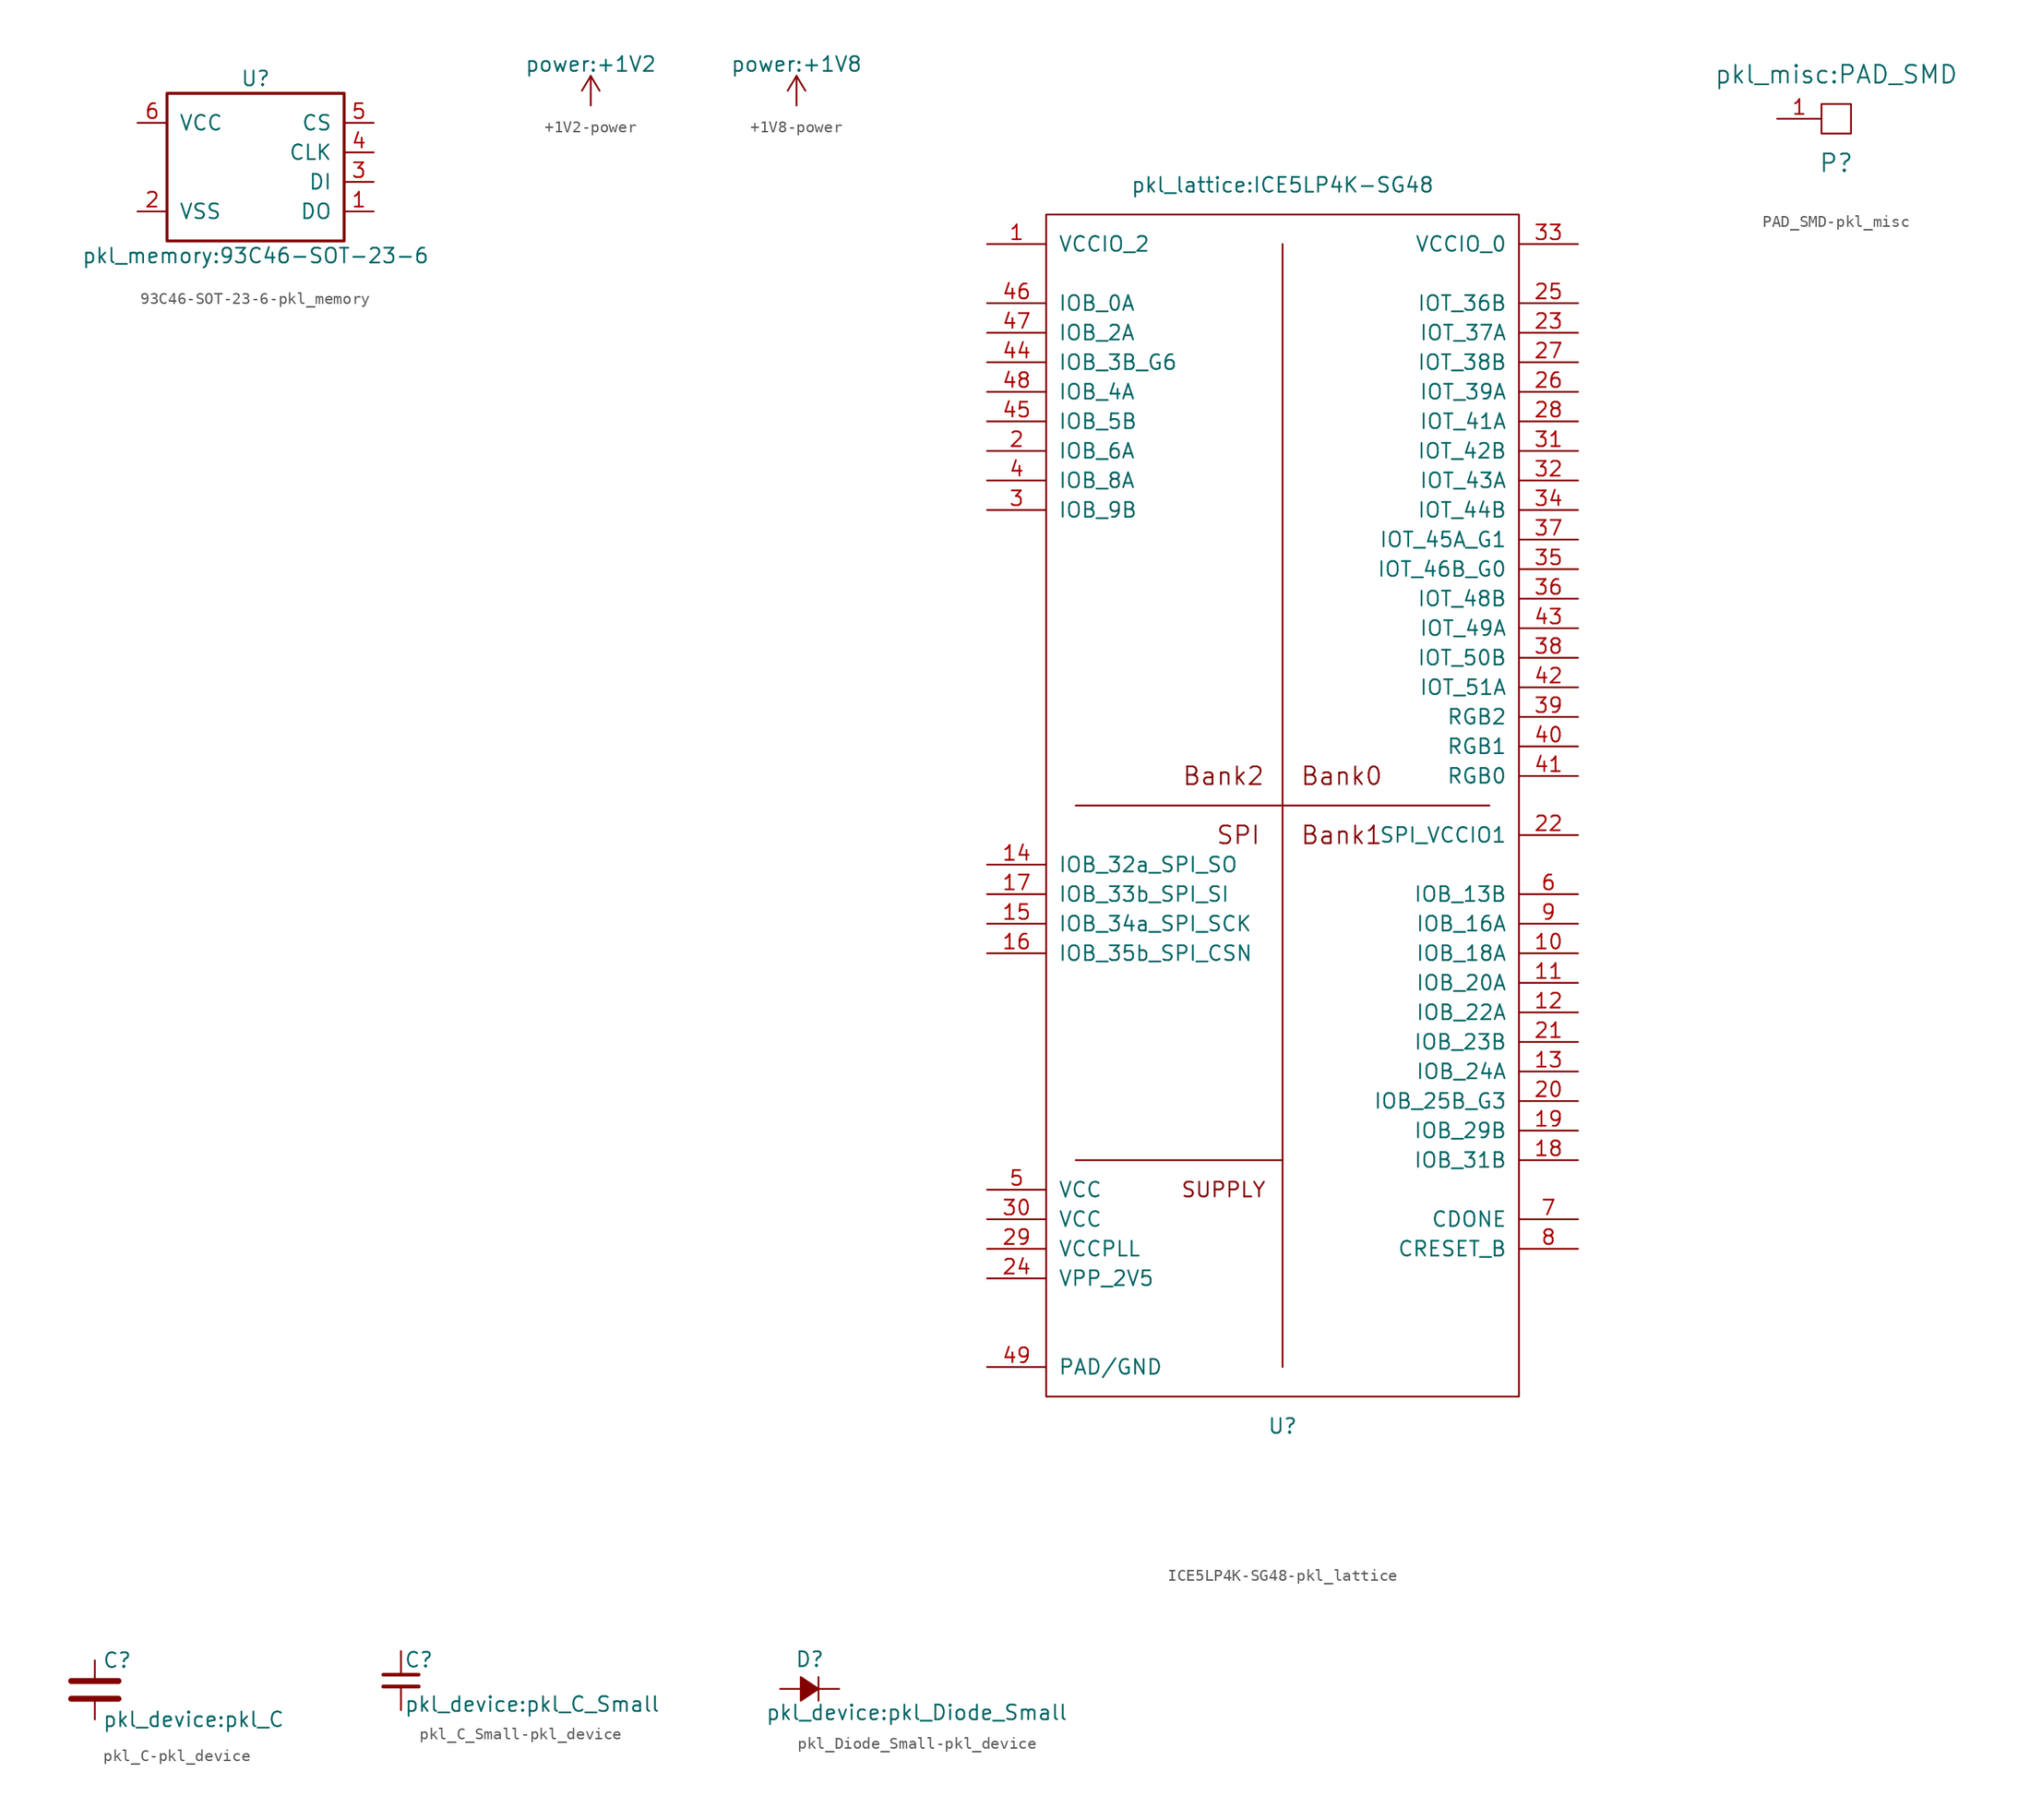
<source format=kicad_sym>
(kicad_symbol_lib
  (version 20231120)
  (generator "kicad_symbol_editor")
  (generator_version "8.0")
  (symbol "93C46-SOT-23-6-pkl_memory"
    (pin_names
      (offset 1.016))
    (property "Reference" "U"
      (at 0 6.35 0)
      (effects (font (size 1.27 1.27))))
    (property "Value" "pkl_memory:93C46-SOT-23-6"
      (at 0 -8.89 0)
      (effects (font (size 1.27 1.27))))
    (symbol "93C46-SOT-23-6-pkl_memory_0_1"
      (rectangle (start -7.62 5.08) (end 7.62 -7.62) (stroke (width 0.254) (type solid)) (fill (type none))))
    (symbol "93C46-SOT-23-6-pkl_memory_1_1"
      (pin passive line (at 10.16 -5.08 180) (length 2.54) (name "DO" (effects (font (size 1.27 1.27)))) (number "1" (effects (font (size 1.27 1.27)))))
      (pin passive line (at -10.16 -5.08 0) (length 2.54) (name "VSS" (effects (font (size 1.27 1.27)))) (number "2" (effects (font (size 1.27 1.27)))))
      (pin passive line (at 10.16 -2.54 180) (length 2.54) (name "DI" (effects (font (size 1.27 1.27)))) (number "3" (effects (font (size 1.27 1.27)))))
      (pin passive line (at 10.16 0 180) (length 2.54) (name "CLK" (effects (font (size 1.27 1.27)))) (number "4" (effects (font (size 1.27 1.27)))))
      (pin passive line (at 10.16 2.54 180) (length 2.54) (name "CS" (effects (font (size 1.27 1.27)))) (number "5" (effects (font (size 1.27 1.27)))))
      (pin passive line (at -10.16 2.54 0) (length 2.54) (name "VCC" (effects (font (size 1.27 1.27)))) (number "6" (effects (font (size 1.27 1.27)))))))
  (symbol "+1V2-power"
    (power)
    (pin_names
      (offset 0))
    (property "Reference" "#PWR"
      (at 0 -3.81 0)
      (effects (font (size 1.27 1.27)) (hide yes)))
    (property "Value" "power:+1V2"
      (at 0 3.556 0)
      (effects (font (size 1.27 1.27))))
    (symbol "+1V2-power_0_1"
      (polyline (pts (xy -0.762 1.27) (xy 0 2.54)) (stroke (width 0) (type solid)) (fill (type none)))
      (polyline (pts (xy 0 0) (xy 0 2.54)) (stroke (width 0) (type solid)) (fill (type none)))
      (polyline (pts (xy 0 2.54) (xy 0.762 1.27)) (stroke (width 0) (type solid)) (fill (type none))))
    (symbol "+1V2-power_1_1"
      (pin power_in line (at 0 0 90) (length 0) hide (name "+1V2" (effects (font (size 1.27 1.27)))) (number "1" (effects (font (size 1.27 1.27)))))))
  (symbol "+1V8-power"
    (power)
    (pin_names
      (offset 0))
    (property "Reference" "#PWR"
      (at 0 -3.81 0)
      (effects (font (size 1.27 1.27)) (hide yes)))
    (property "Value" "power:+1V8"
      (at 0 3.556 0)
      (effects (font (size 1.27 1.27))))
    (symbol "+1V8-power_0_1"
      (polyline (pts (xy -0.762 1.27) (xy 0 2.54)) (stroke (width 0) (type solid)) (fill (type none)))
      (polyline (pts (xy 0 0) (xy 0 2.54)) (stroke (width 0) (type solid)) (fill (type none)))
      (polyline (pts (xy 0 2.54) (xy 0.762 1.27)) (stroke (width 0) (type solid)) (fill (type none))))
    (symbol "+1V8-power_1_1"
      (pin power_in line (at 0 0 90) (length 0) hide (name "+1V8" (effects (font (size 1.27 1.27)))) (number "1" (effects (font (size 1.27 1.27)))))))
  (symbol "ICE5LP4K-SG48-pkl_lattice"
    (pin_names
      (offset 1.016))
    (property "Reference" "U"
      (at 0 -53.34 0)
      (effects (font (size 1.27 1.27))))
    (property "Value" "pkl_lattice:ICE5LP4K-SG48"
      (at 0 53.34 0)
      (effects (font (size 1.27 1.27))))
    (symbol "ICE5LP4K-SG48-pkl_lattice_0_0"
      (text "SUPPLY" (at -5.08 -33.02 0) (effects (font (size 1.27 1.27)))))
    (symbol "ICE5LP4K-SG48-pkl_lattice_1_0"
      (text "Bank0" (at 5.08 2.54 0) (effects (font (size 1.524 1.524))))
      (text "Bank1" (at 5.08 -2.54 0) (effects (font (size 1.524 1.524))))
      (text "Bank2" (at -5.08 2.54 0) (effects (font (size 1.524 1.524))))
      (text "SPI" (at -3.81 -2.54 0) (effects (font (size 1.524 1.524)))))
    (symbol "ICE5LP4K-SG48-pkl_lattice_1_1"
      (rectangle (start -20.32 50.8) (end 20.32 -50.8) (stroke (width 0) (type solid)) (fill (type none)))
      (polyline (pts (xy -17.78 -30.48) (xy 0 -30.48)) (stroke (width 0) (type solid)) (fill (type none)))
      (polyline (pts (xy -17.78 0) (xy 17.78 0)) (stroke (width 0) (type solid)) (fill (type none)))
      (polyline (pts (xy 0 48.26) (xy 0 -48.26)) (stroke (width 0) (type solid)) (fill (type none)))
      (pin passive line (at -25.4 48.26 0) (length 5.08) (name "VCCIO_2" (effects (font (size 1.27 1.27)))) (number "1" (effects (font (size 1.27 1.27)))))
      (pin passive line (at 25.4 -12.7 180) (length 5.08) (name "IOB_18A" (effects (font (size 1.27 1.27)))) (number "10" (effects (font (size 1.27 1.27)))))
      (pin passive line (at 25.4 -15.24 180) (length 5.08) (name "IOB_20A" (effects (font (size 1.27 1.27)))) (number "11" (effects (font (size 1.27 1.27)))))
      (pin passive line (at 25.4 -17.78 180) (length 5.08) (name "IOB_22A" (effects (font (size 1.27 1.27)))) (number "12" (effects (font (size 1.27 1.27)))))
      (pin passive line (at 25.4 -22.86 180) (length 5.08) (name "IOB_24A" (effects (font (size 1.27 1.27)))) (number "13" (effects (font (size 1.27 1.27)))))
      (pin passive line (at -25.4 -5.08 0) (length 5.08) (name "IOB_32a_SPI_SO" (effects (font (size 1.27 1.27)))) (number "14" (effects (font (size 1.27 1.27)))))
      (pin passive line (at -25.4 -10.16 0) (length 5.08) (name "IOB_34a_SPI_SCK" (effects (font (size 1.27 1.27)))) (number "15" (effects (font (size 1.27 1.27)))))
      (pin passive line (at -25.4 -12.7 0) (length 5.08) (name "IOB_35b_SPI_CSN" (effects (font (size 1.27 1.27)))) (number "16" (effects (font (size 1.27 1.27)))))
      (pin passive line (at -25.4 -7.62 0) (length 5.08) (name "IOB_33b_SPI_SI" (effects (font (size 1.27 1.27)))) (number "17" (effects (font (size 1.27 1.27)))))
      (pin passive line (at 25.4 -30.48 180) (length 5.08) (name "IOB_31B" (effects (font (size 1.27 1.27)))) (number "18" (effects (font (size 1.27 1.27)))))
      (pin passive line (at 25.4 -27.94 180) (length 5.08) (name "IOB_29B" (effects (font (size 1.27 1.27)))) (number "19" (effects (font (size 1.27 1.27)))))
      (pin passive line (at -25.4 30.48 0) (length 5.08) (name "IOB_6A" (effects (font (size 1.27 1.27)))) (number "2" (effects (font (size 1.27 1.27)))))
      (pin passive line (at 25.4 -25.4 180) (length 5.08) (name "IOB_25B_G3" (effects (font (size 1.27 1.27)))) (number "20" (effects (font (size 1.27 1.27)))))
      (pin passive line (at 25.4 -20.32 180) (length 5.08) (name "IOB_23B" (effects (font (size 1.27 1.27)))) (number "21" (effects (font (size 1.27 1.27)))))
      (pin passive line (at 25.4 -2.54 180) (length 5.08) (name "SPI_VCCIO1" (effects (font (size 1.27 1.27)))) (number "22" (effects (font (size 1.27 1.27)))))
      (pin passive line (at 25.4 40.64 180) (length 5.08) (name "IOT_37A" (effects (font (size 1.27 1.27)))) (number "23" (effects (font (size 1.27 1.27)))))
      (pin passive line (at -25.4 -40.64 0) (length 5.08) (name "VPP_2V5" (effects (font (size 1.27 1.27)))) (number "24" (effects (font (size 1.27 1.27)))))
      (pin passive line (at 25.4 43.18 180) (length 5.08) (name "IOT_36B" (effects (font (size 1.27 1.27)))) (number "25" (effects (font (size 1.27 1.27)))))
      (pin passive line (at 25.4 35.56 180) (length 5.08) (name "IOT_39A" (effects (font (size 1.27 1.27)))) (number "26" (effects (font (size 1.27 1.27)))))
      (pin passive line (at 25.4 38.1 180) (length 5.08) (name "IOT_38B" (effects (font (size 1.27 1.27)))) (number "27" (effects (font (size 1.27 1.27)))))
      (pin passive line (at 25.4 33.02 180) (length 5.08) (name "IOT_41A" (effects (font (size 1.27 1.27)))) (number "28" (effects (font (size 1.27 1.27)))))
      (pin passive line (at -25.4 -38.1 0) (length 5.08) (name "VCCPLL" (effects (font (size 1.27 1.27)))) (number "29" (effects (font (size 1.27 1.27)))))
      (pin passive line (at -25.4 25.4 0) (length 5.08) (name "IOB_9B" (effects (font (size 1.27 1.27)))) (number "3" (effects (font (size 1.27 1.27)))))
      (pin passive line (at -25.4 -35.56 0) (length 5.08) (name "VCC" (effects (font (size 1.27 1.27)))) (number "30" (effects (font (size 1.27 1.27)))))
      (pin passive line (at 25.4 30.48 180) (length 5.08) (name "IOT_42B" (effects (font (size 1.27 1.27)))) (number "31" (effects (font (size 1.27 1.27)))))
      (pin passive line (at 25.4 27.94 180) (length 5.08) (name "IOT_43A" (effects (font (size 1.27 1.27)))) (number "32" (effects (font (size 1.27 1.27)))))
      (pin passive line (at 25.4 48.26 180) (length 5.08) (name "VCCIO_0" (effects (font (size 1.27 1.27)))) (number "33" (effects (font (size 1.27 1.27)))))
      (pin passive line (at 25.4 25.4 180) (length 5.08) (name "IOT_44B" (effects (font (size 1.27 1.27)))) (number "34" (effects (font (size 1.27 1.27)))))
      (pin passive line (at 25.4 20.32 180) (length 5.08) (name "IOT_46B_G0" (effects (font (size 1.27 1.27)))) (number "35" (effects (font (size 1.27 1.27)))))
      (pin passive line (at 25.4 17.78 180) (length 5.08) (name "IOT_48B" (effects (font (size 1.27 1.27)))) (number "36" (effects (font (size 1.27 1.27)))))
      (pin passive line (at 25.4 22.86 180) (length 5.08) (name "IOT_45A_G1" (effects (font (size 1.27 1.27)))) (number "37" (effects (font (size 1.27 1.27)))))
      (pin passive line (at 25.4 12.7 180) (length 5.08) (name "IOT_50B" (effects (font (size 1.27 1.27)))) (number "38" (effects (font (size 1.27 1.27)))))
      (pin passive line (at 25.4 7.62 180) (length 5.08) (name "RGB2" (effects (font (size 1.27 1.27)))) (number "39" (effects (font (size 1.27 1.27)))))
      (pin passive line (at -25.4 27.94 0) (length 5.08) (name "IOB_8A" (effects (font (size 1.27 1.27)))) (number "4" (effects (font (size 1.27 1.27)))))
      (pin passive line (at 25.4 5.08 180) (length 5.08) (name "RGB1" (effects (font (size 1.27 1.27)))) (number "40" (effects (font (size 1.27 1.27)))))
      (pin passive line (at 25.4 2.54 180) (length 5.08) (name "RGB0" (effects (font (size 1.27 1.27)))) (number "41" (effects (font (size 1.27 1.27)))))
      (pin passive line (at 25.4 10.16 180) (length 5.08) (name "IOT_51A" (effects (font (size 1.27 1.27)))) (number "42" (effects (font (size 1.27 1.27)))))
      (pin passive line (at 25.4 15.24 180) (length 5.08) (name "IOT_49A" (effects (font (size 1.27 1.27)))) (number "43" (effects (font (size 1.27 1.27)))))
      (pin passive line (at -25.4 38.1 0) (length 5.08) (name "IOB_3B_G6" (effects (font (size 1.27 1.27)))) (number "44" (effects (font (size 1.27 1.27)))))
      (pin passive line (at -25.4 33.02 0) (length 5.08) (name "IOB_5B" (effects (font (size 1.27 1.27)))) (number "45" (effects (font (size 1.27 1.27)))))
      (pin passive line (at -25.4 43.18 0) (length 5.08) (name "IOB_0A" (effects (font (size 1.27 1.27)))) (number "46" (effects (font (size 1.27 1.27)))))
      (pin passive line (at -25.4 40.64 0) (length 5.08) (name "IOB_2A" (effects (font (size 1.27 1.27)))) (number "47" (effects (font (size 1.27 1.27)))))
      (pin passive line (at -25.4 35.56 0) (length 5.08) (name "IOB_4A" (effects (font (size 1.27 1.27)))) (number "48" (effects (font (size 1.27 1.27)))))
      (pin passive line (at -25.4 -48.26 0) (length 5.08) (name "PAD/GND" (effects (font (size 1.27 1.27)))) (number "49" (effects (font (size 1.27 1.27)))))
      (pin passive line (at -25.4 -33.02 0) (length 5.08) (name "VCC" (effects (font (size 1.27 1.27)))) (number "5" (effects (font (size 1.27 1.27)))))
      (pin passive line (at 25.4 -7.62 180) (length 5.08) (name "IOB_13B" (effects (font (size 1.27 1.27)))) (number "6" (effects (font (size 1.27 1.27)))))
      (pin passive line (at 25.4 -35.56 180) (length 5.08) (name "CDONE" (effects (font (size 1.27 1.27)))) (number "7" (effects (font (size 1.27 1.27)))))
      (pin passive line (at 25.4 -38.1 180) (length 5.08) (name "CRESET_B" (effects (font (size 1.27 1.27)))) (number "8" (effects (font (size 1.27 1.27)))))
      (pin passive line (at 25.4 -10.16 180) (length 5.08) (name "IOB_16A" (effects (font (size 1.27 1.27)))) (number "9" (effects (font (size 1.27 1.27)))))))
  (symbol "PAD_SMD-pkl_misc"
    (pin_names
      (offset 1.016) hide)
    (property "Reference" "P"
      (at 0 -3.81 0)
      (effects (font (size 1.524 1.524))))
    (property "Value" "pkl_misc:PAD_SMD"
      (at 0 3.81 0)
      (effects (font (size 1.524 1.524))))
    (property "Footprint" ""
      (at 0 -6.35 0)
      (effects (font (size 1.524 1.524))))
    (property "Datasheet" ""
      (at 0 -3.81 0)
      (effects (font (size 1.524 1.524))))
    (symbol "PAD_SMD-pkl_misc_0_1"
      (rectangle (start -1.27 1.27) (end 1.27 -1.27) (stroke (width 0) (type solid)) (fill (type none))))
    (symbol "PAD_SMD-pkl_misc_1_1"
      (pin input line (at -5.08 0 0) (length 3.81) (name "PAD" (effects (font (size 1.27 1.27)))) (number "1" (effects (font (size 1.27 1.27)))))))
  (symbol "pkl_C-pkl_device"
    (pin_numbers hide)
    (pin_names
      (offset 0.254))
    (property "Reference" "C"
      (at 0.635 2.54 0)
      (effects (font (size 1.27 1.27)) (justify left)))
    (property "Value" "pkl_device:pkl_C"
      (at 0.635 -2.54 0)
      (effects (font (size 1.27 1.27)) (justify left)))
    (property "Footprint" ""
      (at 0.965 -3.81 0)
      (effects (font (size 0.762 0.762))))
    (property "Datasheet" ""
      (at 0 0 0)
      (effects (font (size 1.524 1.524))))
    (symbol "pkl_C-pkl_device_0_1"
      (polyline (pts (xy -2.032 -0.762) (xy 2.032 -0.762)) (stroke (width 0.508) (type solid)) (fill (type none)))
      (polyline (pts (xy -2.032 0.762) (xy 2.032 0.762)) (stroke (width 0.508) (type solid)) (fill (type none))))
    (symbol "pkl_C-pkl_device_1_1"
      (pin passive line (at 0 2.54 270) (length 1.524) (name "~" (effects (font (size 1.016 1.016)))) (number "1" (effects (font (size 1.016 1.016)))))
      (pin passive line (at 0 -2.54 90) (length 1.524) (name "~" (effects (font (size 1.016 1.016)))) (number "2" (effects (font (size 1.016 1.016)))))))
  (symbol "pkl_C_Small-pkl_device"
    (pin_numbers hide)
    (pin_names
      (offset 0.254) hide)
    (property "Reference" "C"
      (at 0.254 1.778 0)
      (effects (font (size 1.27 1.27)) (justify left)))
    (property "Value" "pkl_device:pkl_C_Small"
      (at 0.254 -2.032 0)
      (effects (font (size 1.27 1.27)) (justify left)))
    (property "Footprint" ""
      (at 0 0 0)
      (effects (font (size 1.524 1.524))))
    (property "Datasheet" ""
      (at 0 0 0)
      (effects (font (size 1.524 1.524))))
    (symbol "pkl_C_Small-pkl_device_0_1"
      (polyline (pts (xy -1.524 -0.508) (xy 1.524 -0.508)) (stroke (width 0.33) (type solid)) (fill (type none)))
      (polyline (pts (xy -1.524 0.508) (xy 1.524 0.508)) (stroke (width 0.305) (type solid)) (fill (type none))))
    (symbol "pkl_C_Small-pkl_device_1_1"
      (pin passive line (at 0 2.54 270) (length 1.905) (name "~" (effects (font (size 1.016 1.016)))) (number "1" (effects (font (size 1.016 1.016)))))
      (pin passive line (at 0 -2.54 90) (length 2.032) (name "~" (effects (font (size 1.016 1.016)))) (number "2" (effects (font (size 1.016 1.016)))))))
  (symbol "pkl_Diode_Small-pkl_device"
    (pin_numbers hide)
    (pin_names
      (offset 0.254) hide)
    (property "Reference" "D"
      (at -1.27 2.54 0)
      (effects (font (size 1.27 1.27)) (justify left)))
    (property "Value" "pkl_device:pkl_Diode_Small"
      (at -3.81 -2.032 0)
      (effects (font (size 1.27 1.27)) (justify left)))
    (property "Footprint" ""
      (at 0 0 90)
      (effects (font (size 1.524 1.524))))
    (property "Datasheet" ""
      (at 0 0 90)
      (effects (font (size 1.524 1.524))))
    (symbol "pkl_Diode_Small-pkl_device_0_1"
      (polyline (pts (xy 0.762 -1.016) (xy 0.762 1.016)) (stroke (width 0) (type solid)) (fill (type none)))
      (polyline (pts (xy -0.762 -1.016) (xy 0.762 0) (xy -0.762 1.016) (xy -0.762 -1.016)) (stroke (width 0) (type solid)) (fill (type outline))))
    (symbol "pkl_Diode_Small-pkl_device_1_1"
      (pin passive line (at -2.54 0 0) (length 1.778) (name "A" (effects (font (size 1.016 1.016)))) (number "A" (effects (font (size 1.016 1.016)))))
      (pin passive line (at 2.54 0 180) (length 1.778) (name "C" (effects (font (size 1.016 1.016)))) (number "C" (effects (font (size 1.016 1.016))))))))
</source>
